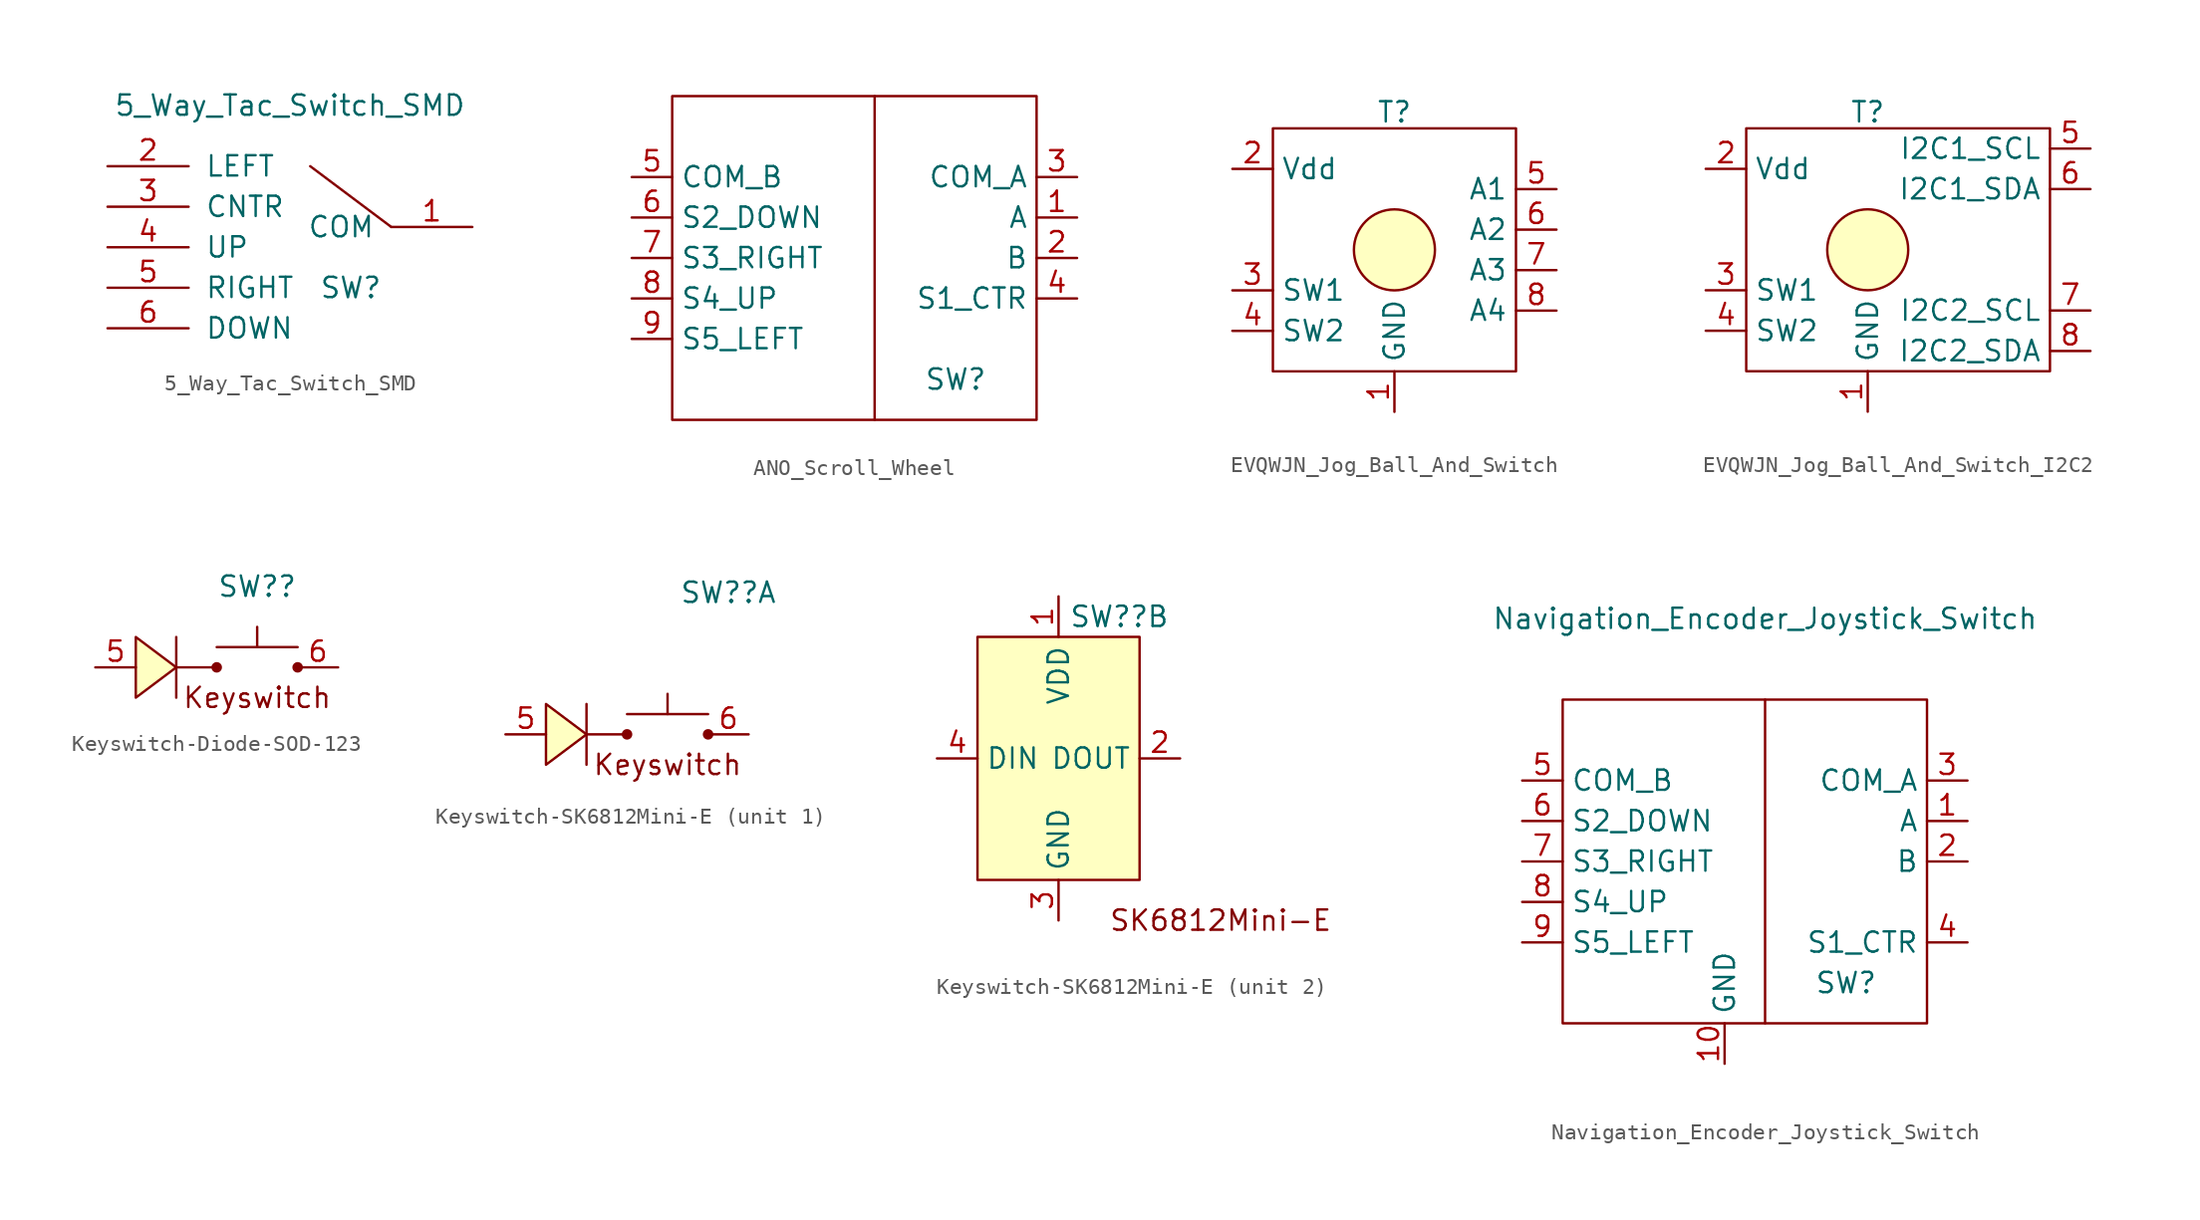
<source format=kicad_sym>
(kicad_symbol_lib
  (version 20241209)
  (generator "kicad_symbol_editor")
  (generator_version "9.0")
  (symbol "5_Way_Tac_Switch_SMD"
    (pin_names
      (offset 1.016))
    (property "Reference" "SW"
      (at 3.81 -2.54 0)
      (effects (font (size 1.27 1.27))))
    (property "Value" "5_Way_Tac_Switch_SMD"
      (at 0 8.89 0)
      (effects (font (size 1.27 1.27))))
    (symbol "5_Way_Tac_Switch_SMD_0_1"
      (polyline (pts (xy 6.35 1.27) (xy 1.27 5.08)) (stroke (width 0) (type default)) (fill (type none))))
    (symbol "5_Way_Tac_Switch_SMD_1_1"
      (pin input line (at -11.43 5.08 0) (length 5.08) (name "LEFT" (effects (font (size 1.27 1.27)))) (number "2" (effects (font (size 1.27 1.27)))))
      (pin input line (at -11.43 2.54 0) (length 5.08) (name "CNTR" (effects (font (size 1.27 1.27)))) (number "3" (effects (font (size 1.27 1.27)))))
      (pin input line (at -11.43 0 0) (length 5.08) (name "UP" (effects (font (size 1.27 1.27)))) (number "4" (effects (font (size 1.27 1.27)))))
      (pin input line (at -11.43 -2.54 0) (length 5.08) (name "RIGHT" (effects (font (size 1.27 1.27)))) (number "5" (effects (font (size 1.27 1.27)))))
      (pin input line (at -11.43 -5.08 0) (length 5.08) (name "DOWN" (effects (font (size 1.27 1.27)))) (number "6" (effects (font (size 1.27 1.27)))))
      (pin input line (at 11.43 1.27 180) (length 5.08) (name "COM" (effects (font (size 1.27 1.27)))) (number "1" (effects (font (size 1.27 1.27)))))))
  (symbol "ANO_Scroll_Wheel"
    (property "Reference" "SW"
      (at 5.08 -7.62 0)
      (effects (font (size 1.27 1.27))))
    (property "Value" ""
      (at 0 0 0)
      (effects (font (size 1.27 1.27))))
    (symbol "ANO_Scroll_Wheel_0_1"
      (polyline (pts (xy -12.7 10.16) (xy -12.7 -10.16) (xy 10.16 -10.16) (xy 10.16 10.16) (xy -12.7 10.16)) (stroke (width 0) (type default)) (fill (type none)))
      (polyline (pts (xy 0 -10.16) (xy 0 10.16)) (stroke (width 0) (type default)) (fill (type none))))
    (symbol "ANO_Scroll_Wheel_1_1"
      (pin input line (at -15.24 5.08 0) (length 2.54) (name "COM_B" (effects (font (size 1.27 1.27)))) (number "5" (effects (font (size 1.27 1.27)))))
      (pin input line (at -15.24 2.54 0) (length 2.54) (name "S2_DOWN" (effects (font (size 1.27 1.27)))) (number "6" (effects (font (size 1.27 1.27)))))
      (pin input line (at -15.24 0 0) (length 2.54) (name "S3_RIGHT" (effects (font (size 1.27 1.27)))) (number "7" (effects (font (size 1.27 1.27)))))
      (pin input line (at -15.24 -2.54 0) (length 2.54) (name "S4_UP" (effects (font (size 1.27 1.27)))) (number "8" (effects (font (size 1.27 1.27)))))
      (pin input line (at -15.24 -5.08 0) (length 2.54) (name "S5_LEFT" (effects (font (size 1.27 1.27)))) (number "9" (effects (font (size 1.27 1.27)))))
      (pin input line (at 12.7 5.08 180) (length 2.54) (name "COM_A" (effects (font (size 1.27 1.27)))) (number "3" (effects (font (size 1.27 1.27)))))
      (pin input line (at 12.7 2.54 180) (length 2.54) (name "A" (effects (font (size 1.27 1.27)))) (number "1" (effects (font (size 1.27 1.27)))))
      (pin input line (at 12.7 0 180) (length 2.54) (name "B" (effects (font (size 1.27 1.27)))) (number "2" (effects (font (size 1.27 1.27)))))
      (pin input line (at 12.7 -2.54 180) (length 2.54) (name "S1_CTR" (effects (font (size 1.27 1.27)))) (number "4" (effects (font (size 1.27 1.27)))))))
  (symbol "EVQWJN_Jog_Ball_And_Switch"
    (property "Reference" "T"
      (at 0 8.636 0)
      (effects (font (size 1.27 1.27))))
    (property "Value" ""
      (at 0 0 0)
      (effects (font (size 1.27 1.27))))
    (symbol "EVQWJN_Jog_Ball_And_Switch_0_1"
      (rectangle (start -7.62 7.62) (end 7.62 -7.62) (stroke (width 0) (type default)) (fill (type none))))
    (symbol "EVQWJN_Jog_Ball_And_Switch_1_1"
      (circle (center 0 0) (radius 2.54) (stroke (width 0) (type default)) (fill (type background)))
      (pin input line (at -10.16 5.08 0) (length 2.54) (name "Vdd" (effects (font (size 1.27 1.27)))) (number "2" (effects (font (size 1.27 1.27)))))
      (pin input line (at -10.16 -2.54 0) (length 2.54) (name "SW1" (effects (font (size 1.27 1.27)))) (number "3" (effects (font (size 1.27 1.27)))))
      (pin input line (at -10.16 -5.08 0) (length 2.54) (name "SW2" (effects (font (size 1.27 1.27)))) (number "4" (effects (font (size 1.27 1.27)))))
      (pin input line (at 0 -10.16 90) (length 2.54) (name "GND" (effects (font (size 1.27 1.27)))) (number "1" (effects (font (size 1.27 1.27)))))
      (pin input line (at 10.16 3.81 180) (length 2.54) (name "A1" (effects (font (size 1.27 1.27)))) (number "5" (effects (font (size 1.27 1.27)))))
      (pin input line (at 10.16 1.27 180) (length 2.54) (name "A2" (effects (font (size 1.27 1.27)))) (number "6" (effects (font (size 1.27 1.27)))))
      (pin input line (at 10.16 -1.27 180) (length 2.54) (name "A3" (effects (font (size 1.27 1.27)))) (number "7" (effects (font (size 1.27 1.27)))))
      (pin input line (at 10.16 -3.81 180) (length 2.54) (name "A4" (effects (font (size 1.27 1.27)))) (number "8" (effects (font (size 1.27 1.27)))))))
  (symbol "EVQWJN_Jog_Ball_And_Switch_I2C2"
    (property "Reference" "T"
      (at 0 8.636 0)
      (effects (font (size 1.27 1.27))))
    (property "Value" ""
      (at 0 0 0)
      (effects (font (size 1.27 1.27))))
    (symbol "EVQWJN_Jog_Ball_And_Switch_I2C2_0_1"
      (rectangle (start -7.62 7.62) (end 11.43 -7.62) (stroke (width 0) (type default)) (fill (type none))))
    (symbol "EVQWJN_Jog_Ball_And_Switch_I2C2_1_1"
      (circle (center 0 0) (radius 2.54) (stroke (width 0) (type default)) (fill (type background)))
      (pin input line (at -10.16 5.08 0) (length 2.54) (name "Vdd" (effects (font (size 1.27 1.27)))) (number "2" (effects (font (size 1.27 1.27)))))
      (pin input line (at -10.16 -2.54 0) (length 2.54) (name "SW1" (effects (font (size 1.27 1.27)))) (number "3" (effects (font (size 1.27 1.27)))))
      (pin input line (at -10.16 -5.08 0) (length 2.54) (name "SW2" (effects (font (size 1.27 1.27)))) (number "4" (effects (font (size 1.27 1.27)))))
      (pin input line (at 0 -10.16 90) (length 2.54) (name "GND" (effects (font (size 1.27 1.27)))) (number "1" (effects (font (size 1.27 1.27)))))
      (pin input line (at 13.97 6.35 180) (length 2.54) (name "I2C1_SCL" (effects (font (size 1.27 1.27)))) (number "5" (effects (font (size 1.27 1.27)))))
      (pin input line (at 13.97 3.81 180) (length 2.54) (name "I2C1_SDA" (effects (font (size 1.27 1.27)))) (number "6" (effects (font (size 1.27 1.27)))))
      (pin no_connect line (at 13.97 0 180) (length 2.54) (hide yes) (name "NC" (effects (font (size 1.27 1.27)))) (number "10" (effects (font (size 1.27 1.27)))))
      (pin no_connect line (at 13.97 0 180) (length 2.54) (hide yes) (name "NC" (effects (font (size 1.27 1.27)))) (number "11" (effects (font (size 1.27 1.27)))))
      (pin no_connect line (at 13.97 0 180) (length 2.54) (hide yes) (name "NC" (effects (font (size 1.27 1.27)))) (number "12" (effects (font (size 1.27 1.27)))))
      (pin no_connect line (at 13.97 0 180) (length 2.54) (hide yes) (name "NC" (effects (font (size 1.27 1.27)))) (number "9" (effects (font (size 1.27 1.27)))))
      (pin input line (at 13.97 -3.81 180) (length 2.54) (name "I2C2_SCL" (effects (font (size 1.27 1.27)))) (number "7" (effects (font (size 1.27 1.27)))))
      (pin input line (at 13.97 -6.35 180) (length 2.54) (name "I2C2_SDA" (effects (font (size 1.27 1.27)))) (number "8" (effects (font (size 1.27 1.27)))))))
  (symbol "Keyswitch-Diode-SOD-123"
    (property "Reference" "SW?"
      (at 0 5.08 0)
      (effects (font (size 1.27 1.27))))
    (symbol "Keyswitch-Diode-SOD-123_0_0"
      (polyline (pts (xy -7.62 0) (xy -7.62 -1.905) (xy -5.08 0) (xy -7.62 1.905) (xy -7.62 0)) (stroke (width 0) (type default)) (fill (type background)))
      (polyline (pts (xy -5.08 1.905) (xy -5.08 -1.905)) (stroke (width 0) (type default)) (fill (type none)))
      (polyline (pts (xy -5.08 0) (xy -2.54 0)) (stroke (width 0) (type default)) (fill (type none))))
    (symbol "Keyswitch-Diode-SOD-123_1_0"
      (text "Keyswitch" (at 0 -1.905 0) (effects (font (size 1.27 1.27)))))
    (symbol "Keyswitch-Diode-SOD-123_1_1"
      (polyline (pts (xy -2.54 1.27) (xy 2.54 1.27)) (stroke (width 0) (type default)) (fill (type none)))
      (circle (center -2.54 0) (radius 0.254) (stroke (width 0) (type default)) (fill (type outline)))
      (polyline (pts (xy 0 1.27) (xy 0 2.54)) (stroke (width 0) (type default)) (fill (type none)))
      (circle (center 2.54 0) (radius 0.254) (stroke (width 0) (type default)) (fill (type outline)))
      (pin input line (at -10.16 0 0) (length 2.54) (name "" (effects (font (size 1.27 1.27)))) (number "5" (effects (font (size 1.27 1.27)))))
      (pin input line (at 5.08 0 180) (length 2.54) (name "" (effects (font (size 1.27 1.27)))) (number "6" (effects (font (size 1.27 1.27)))))))
  (symbol "Keyswitch-SK6812Mini-E"
    (property "Reference" "SW?"
      (at 3.81 8.89 0)
      (effects (font (size 1.27 1.27))))
    (property "ki_locked" ""
      (at 0 0 0)
      (effects (font (size 1.27 1.27))))
    (symbol "Keyswitch-SK6812Mini-E_1_0"
      (polyline (pts (xy -7.62 0) (xy -7.62 -1.905) (xy -5.08 0) (xy -7.62 1.905) (xy -7.62 0)) (stroke (width 0) (type default)) (fill (type background)))
      (polyline (pts (xy -5.08 1.905) (xy -5.08 -1.905)) (stroke (width 0) (type default)) (fill (type none)))
      (polyline (pts (xy -5.08 0) (xy -2.54 0)) (stroke (width 0) (type default)) (fill (type none)))
      (text "Keyswitch" (at 0 -1.905 0) (effects (font (size 1.27 1.27)))))
    (symbol "Keyswitch-SK6812Mini-E_1_1"
      (polyline (pts (xy -2.54 1.27) (xy 2.54 1.27)) (stroke (width 0) (type default)) (fill (type none)))
      (circle (center -2.54 0) (radius 0.254) (stroke (width 0) (type default)) (fill (type outline)))
      (polyline (pts (xy 0 1.27) (xy 0 2.54)) (stroke (width 0) (type default)) (fill (type none)))
      (circle (center 2.54 0) (radius 0.254) (stroke (width 0) (type default)) (fill (type outline)))
      (pin input line (at -10.16 0 0) (length 2.54) (name "" (effects (font (size 1.27 1.27)))) (number "5" (effects (font (size 1.27 1.27)))))
      (pin input line (at 5.08 0 180) (length 2.54) (name "" (effects (font (size 1.27 1.27)))) (number "6" (effects (font (size 1.27 1.27))))))
    (symbol "Keyswitch-SK6812Mini-E_2_0"
      (text "SK6812Mini-E" (at 10.16 -10.16 0) (effects (font (size 1.27 1.27)))))
    (symbol "Keyswitch-SK6812Mini-E_2_1"
      (rectangle (start -5.08 7.62) (end 5.08 -7.62) (stroke (width 0) (type default)) (fill (type background)))
      (pin input line (at -7.62 0 0) (length 2.54) (name "DIN" (effects (font (size 1.27 1.27)))) (number "4" (effects (font (size 1.27 1.27)))))
      (pin power_in line (at 0 10.16 270) (length 2.54) (name "VDD" (effects (font (size 1.27 1.27)))) (number "1" (effects (font (size 1.27 1.27)))))
      (pin power_in line (at 0 -10.16 90) (length 2.54) (name "GND" (effects (font (size 1.27 1.27)))) (number "3" (effects (font (size 1.27 1.27)))))
      (pin output line (at 7.62 0 180) (length 2.54) (name "DOUT" (effects (font (size 1.27 1.27)))) (number "2" (effects (font (size 1.27 1.27)))))))
  (symbol "Navigation_Encoder_Joystick_Switch"
    (property "Reference" "SW"
      (at 5.08 -7.62 0)
      (effects (font (size 1.27 1.27))))
    (property "Value" "Navigation_Encoder_Joystick_Switch"
      (at 0 15.24 0)
      (effects (font (size 1.27 1.27))))
    (symbol "Navigation_Encoder_Joystick_Switch_0_1"
      (polyline (pts (xy -12.7 10.16) (xy -12.7 -10.16) (xy 10.16 -10.16) (xy 10.16 10.16) (xy -12.7 10.16)) (stroke (width 0) (type default)) (fill (type none)))
      (polyline (pts (xy 0 -10.16) (xy 0 10.16)) (stroke (width 0) (type default)) (fill (type none))))
    (symbol "Navigation_Encoder_Joystick_Switch_1_1"
      (pin input line (at -15.24 5.08 0) (length 2.54) (name "COM_B" (effects (font (size 1.27 1.27)))) (number "5" (effects (font (size 1.27 1.27)))))
      (pin input line (at -15.24 2.54 0) (length 2.54) (name "S2_DOWN" (effects (font (size 1.27 1.27)))) (number "6" (effects (font (size 1.27 1.27)))))
      (pin input line (at -15.24 0 0) (length 2.54) (name "S3_RIGHT" (effects (font (size 1.27 1.27)))) (number "7" (effects (font (size 1.27 1.27)))))
      (pin input line (at -15.24 -2.54 0) (length 2.54) (name "S4_UP" (effects (font (size 1.27 1.27)))) (number "8" (effects (font (size 1.27 1.27)))))
      (pin input line (at -15.24 -5.08 0) (length 2.54) (name "S5_LEFT" (effects (font (size 1.27 1.27)))) (number "9" (effects (font (size 1.27 1.27)))))
      (pin input line (at -2.54 -12.7 90) (length 2.54) (name "GND" (effects (font (size 1.27 1.27)))) (number "10" (effects (font (size 1.27 1.27)))))
      (pin input line (at 12.7 5.08 180) (length 2.54) (name "COM_A" (effects (font (size 1.27 1.27)))) (number "3" (effects (font (size 1.27 1.27)))))
      (pin input line (at 12.7 2.54 180) (length 2.54) (name "A" (effects (font (size 1.27 1.27)))) (number "1" (effects (font (size 1.27 1.27)))))
      (pin input line (at 12.7 0 180) (length 2.54) (name "B" (effects (font (size 1.27 1.27)))) (number "2" (effects (font (size 1.27 1.27)))))
      (pin input line (at 12.7 -5.08 180) (length 2.54) (name "S1_CTR" (effects (font (size 1.27 1.27)))) (number "4" (effects (font (size 1.27 1.27))))))))
</source>
